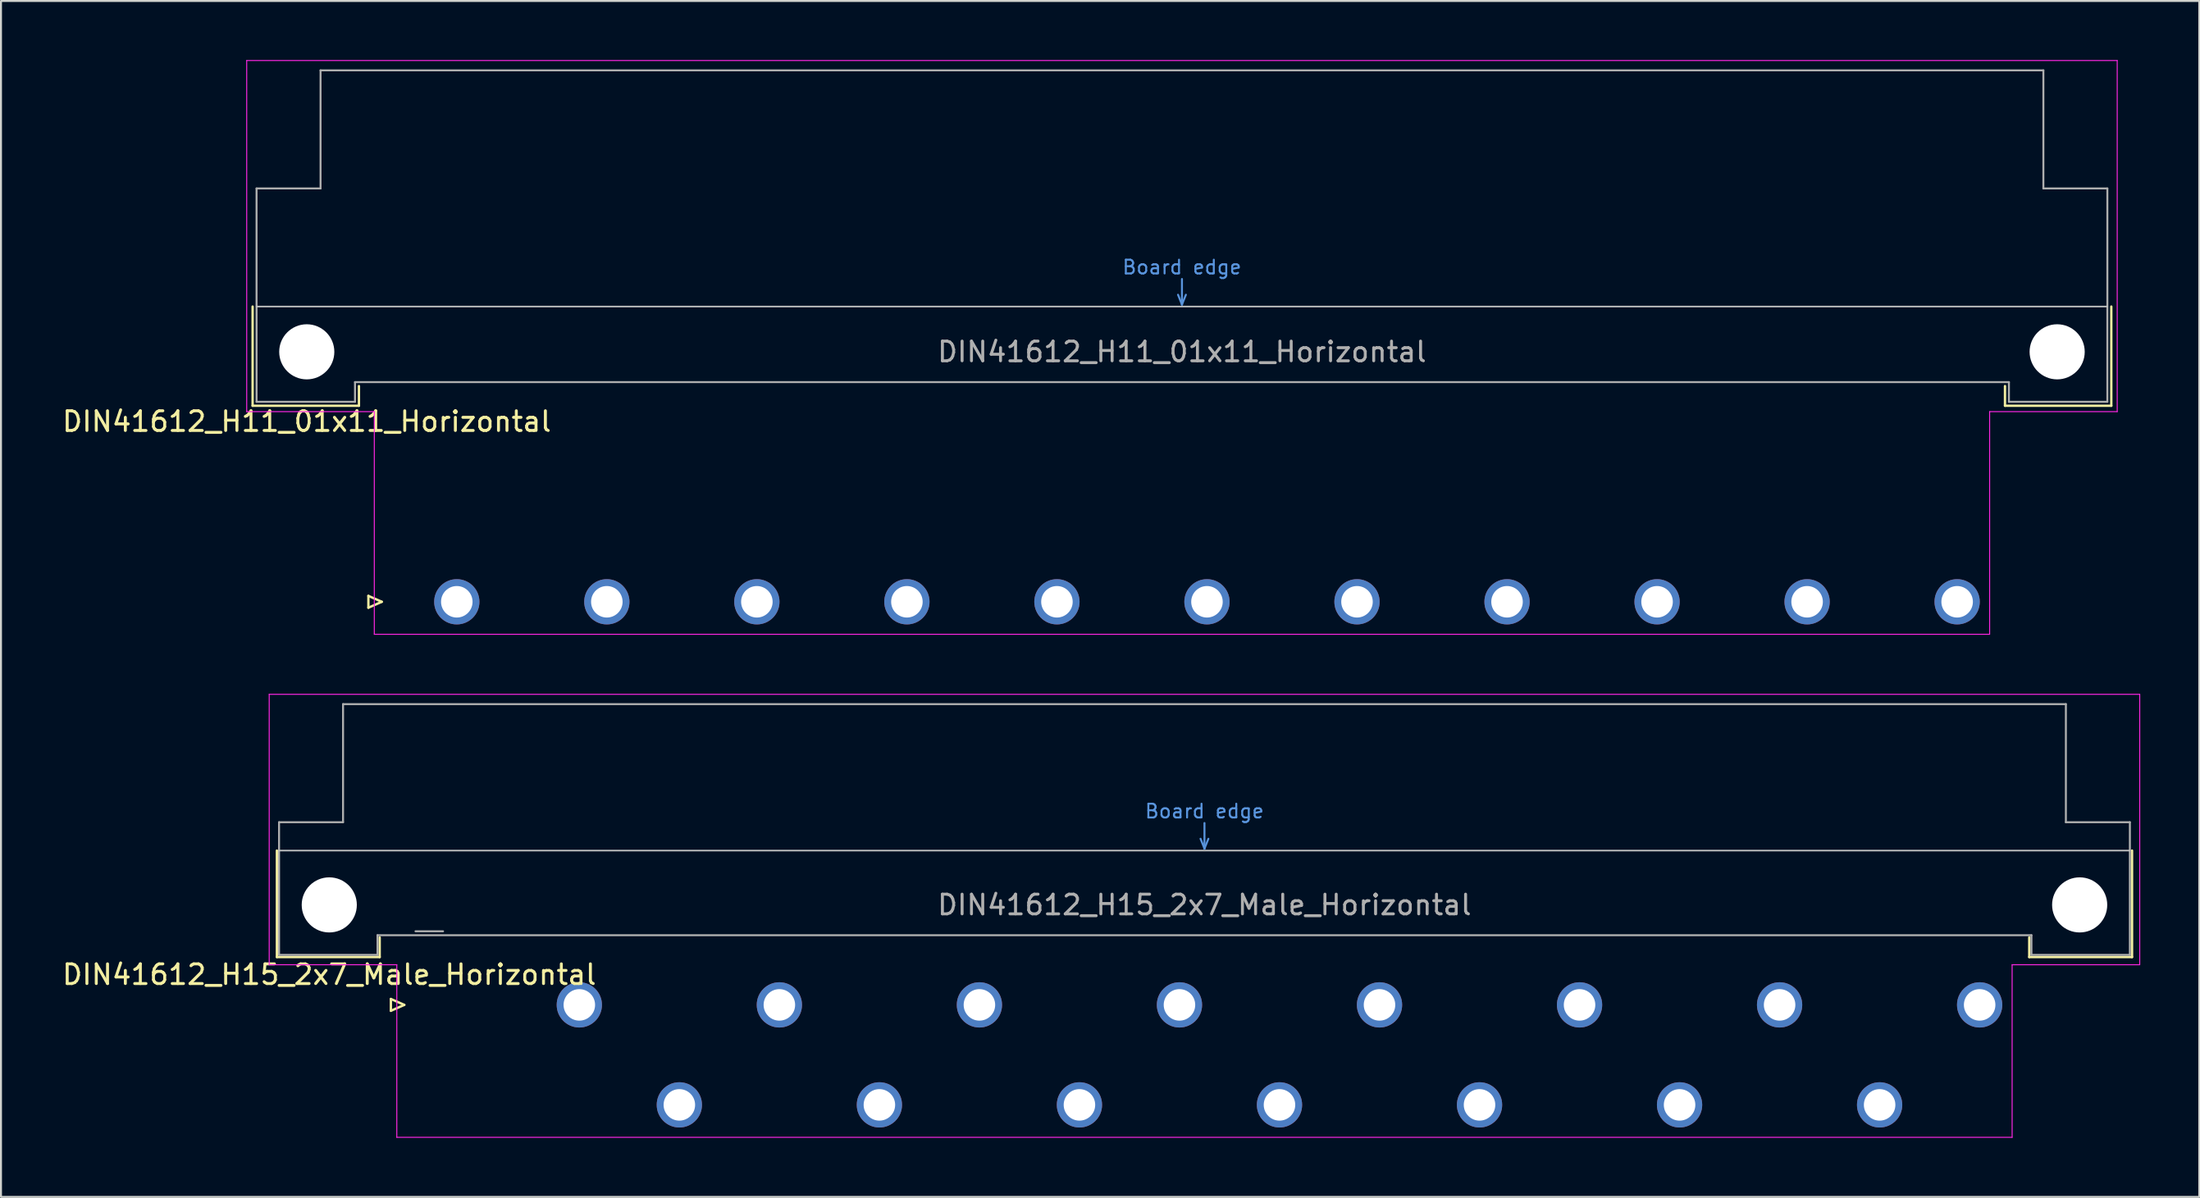
<source format=kicad_pcb>
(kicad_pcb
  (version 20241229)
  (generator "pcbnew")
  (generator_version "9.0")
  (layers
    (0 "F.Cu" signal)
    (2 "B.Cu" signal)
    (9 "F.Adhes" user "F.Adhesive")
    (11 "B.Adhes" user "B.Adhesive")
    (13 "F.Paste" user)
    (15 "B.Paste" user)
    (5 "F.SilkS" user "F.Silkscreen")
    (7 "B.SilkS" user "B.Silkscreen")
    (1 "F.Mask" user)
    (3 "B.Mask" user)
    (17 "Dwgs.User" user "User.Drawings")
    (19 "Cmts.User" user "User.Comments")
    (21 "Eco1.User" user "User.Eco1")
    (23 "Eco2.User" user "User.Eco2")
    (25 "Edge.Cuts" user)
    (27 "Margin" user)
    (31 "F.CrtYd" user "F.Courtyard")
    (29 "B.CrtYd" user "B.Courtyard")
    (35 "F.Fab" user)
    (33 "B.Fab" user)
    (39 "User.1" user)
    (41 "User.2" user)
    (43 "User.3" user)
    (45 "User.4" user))
  (footprint "DIN41612_H11_01x11_Horizontal"
    (layer "F.Cu")
    (at 17.61 27.525)
    (property "Reference" "DIN41612_H11_01x11_Horizontal" (at -5.08 -9.16 0) (layer "F.SilkS") (effects (font (size 1 1) (thickness 0.15))))
    (attr through_hole)
    (fp_line (start -7.83 -15) (end -7.83 -9.96) (stroke (width 0.12) (type solid)) (layer "F.SilkS"))
    (fp_line (start -7.83 -9.96) (end -2.43 -9.96) (stroke (width 0.12) (type solid)) (layer "F.SilkS"))
    (fp_line (start -2.43 -9.96) (end -2.43 -10.96) (stroke (width 0.12) (type solid)) (layer "F.SilkS"))
    (fp_line (start -1.95 -0.3) (end -1.95 0.3) (stroke (width 0.12) (type solid)) (layer "F.SilkS"))
    (fp_line (start -1.95 0.3) (end -1.27 0) (stroke (width 0.12) (type solid)) (layer "F.SilkS"))
    (fp_line (start -1.27 0) (end -1.95 -0.3) (stroke (width 0.12) (type solid)) (layer "F.SilkS"))
    (fp_line (start 81.17 -9.96) (end 81.17 -10.96) (stroke (width 0.12) (type solid)) (layer "F.SilkS"))
    (fp_line (start 86.57 -15) (end 86.57 -9.96) (stroke (width 0.12) (type solid)) (layer "F.SilkS"))
    (fp_line (start 86.57 -9.96) (end 81.17 -9.96) (stroke (width 0.12) (type solid)) (layer "F.SilkS"))
    (fp_line (start -7.63 -15) (end 86.37 -15) (stroke (width 0.08) (type solid)) (layer "Dwgs.User"))
    (fp_line (start 39.17 -15.6) (end 39.37 -15.1) (stroke (width 0.1) (type solid)) (layer "Cmts.User"))
    (fp_line (start 39.37 -15.1) (end 39.37 -16.4) (stroke (width 0.1) (type solid)) (layer "Cmts.User"))
    (fp_line (start 39.37 -15.1) (end 39.57 -15.6) (stroke (width 0.1) (type solid)) (layer "Cmts.User"))
    (fp_line (start -8.13 -27.5) (end -8.13 -9.66) (stroke (width 0.05) (type solid)) (layer "F.CrtYd"))
    (fp_line (start -8.13 -9.66) (end -1.65 -9.66) (stroke (width 0.05) (type solid)) (layer "F.CrtYd"))
    (fp_line (start -1.65 -9.66) (end -1.65 1.65) (stroke (width 0.05) (type solid)) (layer "F.CrtYd"))
    (fp_line (start -1.65 1.65) (end 80.39 1.65) (stroke (width 0.05) (type solid)) (layer "F.CrtYd"))
    (fp_line (start 80.39 -9.66) (end 86.87 -9.66) (stroke (width 0.05) (type solid)) (layer "F.CrtYd"))
    (fp_line (start 80.39 1.65) (end 80.39 -9.66) (stroke (width 0.05) (type solid)) (layer "F.CrtYd"))
    (fp_line (start 86.87 -27.5) (end -8.13 -27.5) (stroke (width 0.05) (type solid)) (layer "F.CrtYd"))
    (fp_line (start 86.87 -9.66) (end 86.87 -27.5) (stroke (width 0.05) (type solid)) (layer "F.CrtYd"))
    (fp_line (start -7.63 -21) (end -7.63 -10.16) (stroke (width 0.1) (type solid)) (layer "F.Fab"))
    (fp_line (start -7.63 -10.16) (end -2.63 -10.16) (stroke (width 0.1) (type solid)) (layer "F.Fab"))
    (fp_line (start -4.38 -27) (end -4.38 -21) (stroke (width 0.1) (type solid)) (layer "F.Fab"))
    (fp_line (start -4.38 -21) (end -7.63 -21) (stroke (width 0.1) (type solid)) (layer "F.Fab"))
    (fp_line (start -2.63 -11.16) (end 81.37 -11.16) (stroke (width 0.1) (type solid)) (layer "F.Fab"))
    (fp_line (start -2.63 -10.16) (end -2.63 -11.16) (stroke (width 0.1) (type solid)) (layer "F.Fab"))
    (fp_line (start 81.37 -11.16) (end 81.37 -10.16) (stroke (width 0.1) (type solid)) (layer "F.Fab"))
    (fp_line (start 81.37 -10.16) (end 86.37 -10.16) (stroke (width 0.1) (type solid)) (layer "F.Fab"))
    (fp_line (start 83.12 -27) (end -4.38 -27) (stroke (width 0.1) (type solid)) (layer "F.Fab"))
    (fp_line (start 83.12 -21) (end 83.12 -27) (stroke (width 0.1) (type solid)) (layer "F.Fab"))
    (fp_line (start 86.37 -21) (end 83.12 -21) (stroke (width 0.1) (type solid)) (layer "F.Fab"))
    (fp_line (start 86.37 -10.16) (end 86.37 -21) (stroke (width 0.1) (type solid)) (layer "F.Fab"))
    (fp_text user "Board edge" (at 39.37 -17 0) (layer "Cmts.User") (effects (font (size 0.7 0.7) (thickness 0.1))))
    (fp_text user "${REFERENCE}" (at 39.37 -12.7 0) (layer "F.Fab") (effects (font (size 1 1) (thickness 0.15))))
    (pad "" np_thru_hole circle (at -5.08 -12.7) (size 2.8 2.8) (drill 2.8) (layers "*.Cu" "*.Mask"))
    (pad "" np_thru_hole circle (at 83.82 -12.7) (size 2.8 2.8) (drill 2.8) (layers "*.Cu" "*.Mask"))
    (pad "2" thru_hole circle (at 2.54 0) (size 2.3 2.3) (drill 1.6) (layers "*.Cu" "*.Mask"))
    (pad "5" thru_hole circle (at 10.16 0) (size 2.3 2.3) (drill 1.6) (layers "*.Cu" "*.Mask"))
    (pad "8" thru_hole circle (at 17.78 0) (size 2.3 2.3) (drill 1.6) (layers "*.Cu" "*.Mask"))
    (pad "11" thru_hole circle (at 25.4 0) (size 2.3 2.3) (drill 1.6) (layers "*.Cu" "*.Mask"))
    (pad "14" thru_hole circle (at 33.02 0) (size 2.3 2.3) (drill 1.6) (layers "*.Cu" "*.Mask"))
    (pad "17" thru_hole circle (at 40.64 0) (size 2.3 2.3) (drill 1.6) (layers "*.Cu" "*.Mask"))
    (pad "20" thru_hole circle (at 48.26 0) (size 2.3 2.3) (drill 1.6) (layers "*.Cu" "*.Mask"))
    (pad "23" thru_hole circle (at 55.88 0) (size 2.3 2.3) (drill 1.6) (layers "*.Cu" "*.Mask"))
    (pad "26" thru_hole circle (at 63.5 0) (size 2.3 2.3) (drill 1.6) (layers "*.Cu" "*.Mask"))
    (pad "29" thru_hole circle (at 71.12 0) (size 2.3 2.3) (drill 1.6) (layers "*.Cu" "*.Mask"))
    (pad "32" thru_hole circle (at 78.74 0) (size 2.3 2.3) (drill 1.6) (layers "*.Cu" "*.Mask")))
  (footprint "DIN41612_H15_2x7_Male_Horizontal"
    (layer "F.Cu")
    (at 18.753 48.005)
    (property "Reference" "DIN41612_H15_2x7_Male_Horizontal" (at -5.08 -1.54 0) (layer "F.SilkS") (effects (font (size 1 1) (thickness 0.15))))
    (attr through_hole)
    (fp_line (start -7.74 -7.84) (end -7.74 -2.43) (stroke (width 0.12) (type solid)) (layer "F.SilkS"))
    (fp_line (start -7.74 -2.43) (end -2.52 -2.43) (stroke (width 0.12) (type solid)) (layer "F.SilkS"))
    (fp_line (start -2.52 -2.43) (end -2.52 -3.43) (stroke (width 0.12) (type solid)) (layer "F.SilkS"))
    (fp_line (start -1.95 -0.3) (end -1.95 0.3) (stroke (width 0.12) (type solid)) (layer "F.SilkS"))
    (fp_line (start -1.95 0.3) (end -1.27 0) (stroke (width 0.12) (type solid)) (layer "F.SilkS"))
    (fp_line (start -1.27 0) (end -1.95 -0.3) (stroke (width 0.12) (type solid)) (layer "F.SilkS"))
    (fp_line (start 81.26 -2.43) (end 81.26 -3.43) (stroke (width 0.12) (type solid)) (layer "F.SilkS"))
    (fp_line (start 86.48 -7.84) (end 86.48 -2.43) (stroke (width 0.12) (type solid)) (layer "F.SilkS"))
    (fp_line (start 86.48 -2.43) (end 81.26 -2.43) (stroke (width 0.12) (type solid)) (layer "F.SilkS"))
    (fp_line (start -7.63 -7.84) (end 86.37 -7.84) (stroke (width 0.08) (type solid)) (layer "Dwgs.User"))
    (fp_line (start 39.17 -8.44) (end 39.37 -7.94) (stroke (width 0.1) (type solid)) (layer "Cmts.User"))
    (fp_line (start 39.37 -7.94) (end 39.37 -9.24) (stroke (width 0.1) (type solid)) (layer "Cmts.User"))
    (fp_line (start 39.37 -7.94) (end 39.57 -8.44) (stroke (width 0.1) (type solid)) (layer "Cmts.User"))
    (fp_line (start -8.13 -15.78) (end -8.13 -2.04) (stroke (width 0.05) (type solid)) (layer "F.CrtYd"))
    (fp_line (start -8.13 -2.04) (end -1.65 -2.04) (stroke (width 0.05) (type solid)) (layer "F.CrtYd"))
    (fp_line (start -1.65 -2.04) (end -1.65 6.73) (stroke (width 0.05) (type solid)) (layer "F.CrtYd"))
    (fp_line (start -1.65 6.73) (end 80.39 6.73) (stroke (width 0.05) (type solid)) (layer "F.CrtYd"))
    (fp_line (start 80.39 -2.04) (end 86.87 -2.04) (stroke (width 0.05) (type solid)) (layer "F.CrtYd"))
    (fp_line (start 80.39 6.73) (end 80.39 -2.04) (stroke (width 0.05) (type solid)) (layer "F.CrtYd"))
    (fp_line (start 86.87 -15.78) (end -8.13 -15.78) (stroke (width 0.05) (type solid)) (layer "F.CrtYd"))
    (fp_line (start 86.87 -2.04) (end 86.87 -15.78) (stroke (width 0.05) (type solid)) (layer "F.CrtYd"))
    (fp_line (start -7.63 -9.28) (end -7.63 -2.54) (stroke (width 0.1) (type solid)) (layer "F.Fab"))
    (fp_line (start -7.63 -2.54) (end -2.63 -2.54) (stroke (width 0.1) (type solid)) (layer "F.Fab"))
    (fp_line (start -4.38 -15.28) (end -4.38 -9.28) (stroke (width 0.1) (type solid)) (layer "F.Fab"))
    (fp_line (start -4.38 -9.28) (end -7.63 -9.28) (stroke (width 0.1) (type solid)) (layer "F.Fab"))
    (fp_line (start -2.63 -3.54) (end 81.37 -3.54) (stroke (width 0.1) (type solid)) (layer "F.Fab"))
    (fp_line (start -2.63 -2.54) (end -2.63 -3.54) (stroke (width 0.1) (type solid)) (layer "F.Fab"))
    (fp_line (start -0.7 -3.74) (end 0.7 -3.74) (stroke (width 0.1) (type solid)) (layer "F.Fab"))
    (fp_line (start 81.37 -3.54) (end 81.37 -2.54) (stroke (width 0.1) (type solid)) (layer "F.Fab"))
    (fp_line (start 81.37 -2.54) (end 86.37 -2.54) (stroke (width 0.1) (type solid)) (layer "F.Fab"))
    (fp_line (start 83.12 -15.28) (end -4.38 -15.28) (stroke (width 0.1) (type solid)) (layer "F.Fab"))
    (fp_line (start 83.12 -9.28) (end 83.12 -15.28) (stroke (width 0.1) (type solid)) (layer "F.Fab"))
    (fp_line (start 86.37 -9.28) (end 83.12 -9.28) (stroke (width 0.1) (type solid)) (layer "F.Fab"))
    (fp_line (start 86.37 -2.54) (end 86.37 -9.28) (stroke (width 0.1) (type solid)) (layer "F.Fab"))
    (fp_text user "Board edge" (at 39.37 -9.84 0) (layer "Cmts.User") (effects (font (size 0.7 0.7) (thickness 0.1))))
    (fp_text user "${REFERENCE}" (at 39.37 -5.08 0) (layer "F.Fab") (effects (font (size 1 1) (thickness 0.15))))
    (pad "" np_thru_hole circle (at -5.08 -5.08) (size 2.8 2.8) (drill 2.8) (layers "*.Cu" "*.Mask"))
    (pad "" np_thru_hole circle (at 83.82 -5.08) (size 2.8 2.8) (drill 2.8) (layers "*.Cu" "*.Mask"))
    (pad "4" thru_hole circle (at 7.62 0) (size 2.3 2.3) (drill 1.6) (layers "*.Cu" "*.Mask"))
    (pad "6" thru_hole circle (at 12.7 5.08) (size 2.3 2.3) (drill 1.6) (layers "*.Cu" "*.Mask"))
    (pad "8" thru_hole circle (at 17.78 0) (size 2.3 2.3) (drill 1.6) (layers "*.Cu" "*.Mask"))
    (pad "10" thru_hole circle (at 22.86 5.08) (size 2.3 2.3) (drill 1.6) (layers "*.Cu" "*.Mask"))
    (pad "12" thru_hole circle (at 27.94 0) (size 2.3 2.3) (drill 1.6) (layers "*.Cu" "*.Mask"))
    (pad "14" thru_hole circle (at 33.02 5.08) (size 2.3 2.3) (drill 1.6) (layers "*.Cu" "*.Mask"))
    (pad "16" thru_hole circle (at 38.1 0) (size 2.3 2.3) (drill 1.6) (layers "*.Cu" "*.Mask"))
    (pad "18" thru_hole circle (at 43.18 5.08) (size 2.3 2.3) (drill 1.6) (layers "*.Cu" "*.Mask"))
    (pad "20" thru_hole circle (at 48.26 0) (size 2.3 2.3) (drill 1.6) (layers "*.Cu" "*.Mask"))
    (pad "22" thru_hole circle (at 53.34 5.08) (size 2.3 2.3) (drill 1.6) (layers "*.Cu" "*.Mask"))
    (pad "24" thru_hole circle (at 58.42 0) (size 2.3 2.3) (drill 1.6) (layers "*.Cu" "*.Mask"))
    (pad "26" thru_hole circle (at 63.5 5.08) (size 2.3 2.3) (drill 1.6) (layers "*.Cu" "*.Mask"))
    (pad "28" thru_hole circle (at 68.58 0) (size 2.3 2.3) (drill 1.6) (layers "*.Cu" "*.Mask"))
    (pad "30" thru_hole circle (at 73.66 5.08) (size 2.3 2.3) (drill 1.6) (layers "*.Cu" "*.Mask"))
    (pad "32" thru_hole circle (at 78.74 0) (size 2.3 2.3) (drill 1.6) (layers "*.Cu" "*.Mask")))
  (gr_rect
    (start -3 -3)
    (end 108.648 57.76)
    (stroke (width 0.1) (type default))
    (fill no)
    (layer "Edge.Cuts")))
</source>
